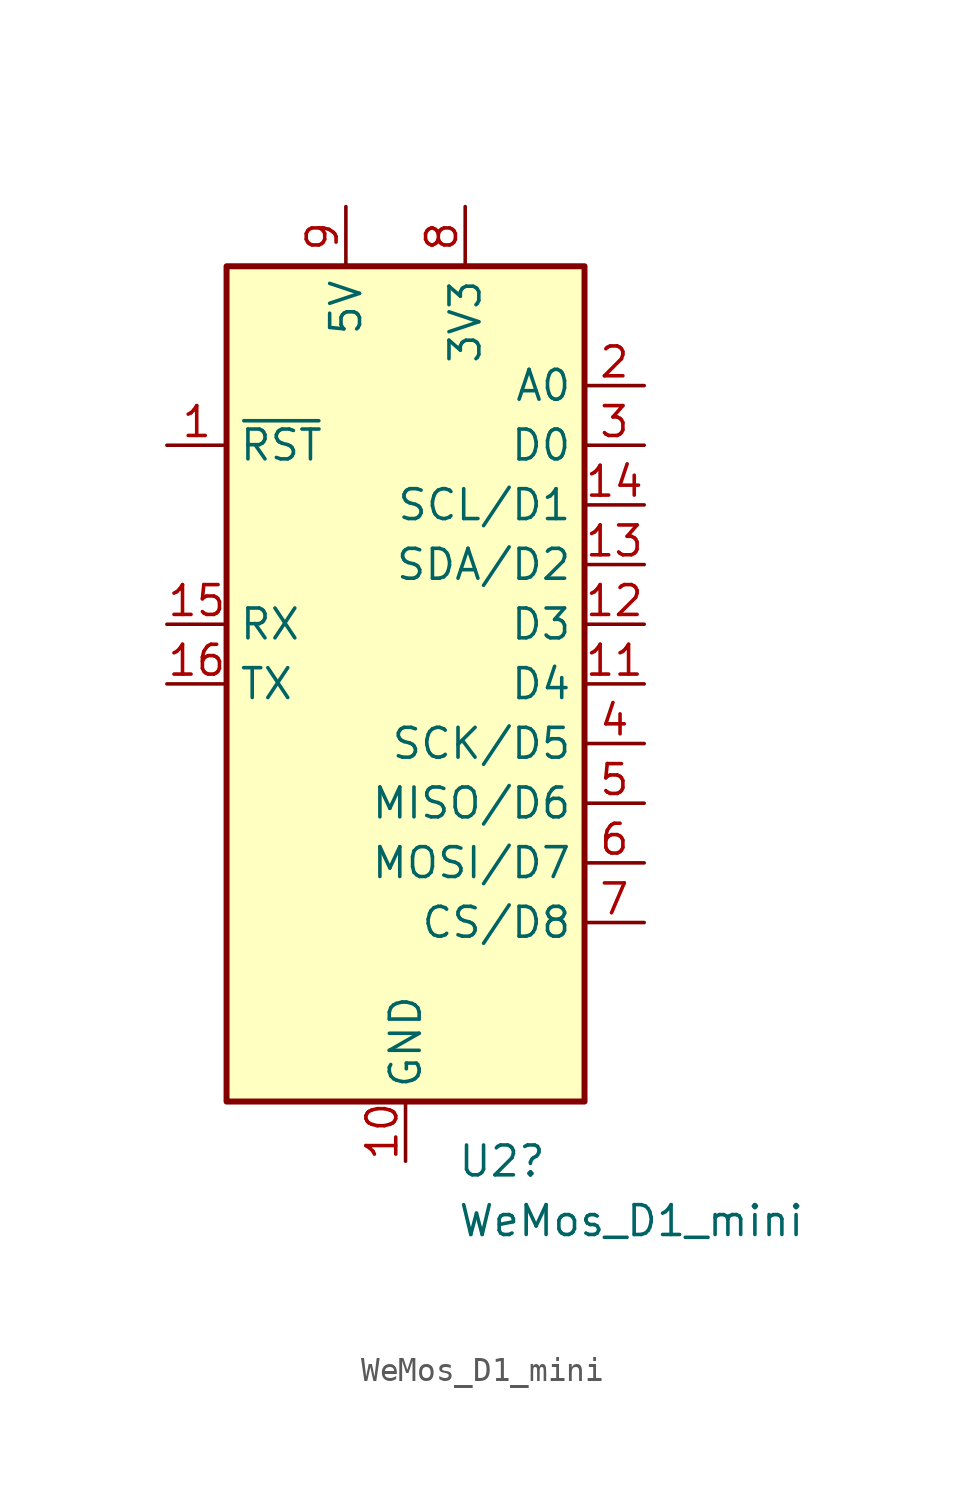
<source format=kicad_sym>
(kicad_symbol_lib
  (version 20220914)
  (generator kicad_symbol_editor)
  (symbol "WeMos_D1_mini"
    (property "Reference" "U2"
      (at 2.194 -20.32 0)
      (effects (font (size 1.27 1.27)) (justify left)))
    (property "Value" "WeMos_D1_mini"
      (at 2.194 -22.86 0)
      (effects (font (size 1.27 1.27)) (justify left)))
    (symbol "WeMos_D1_mini_1_1"
      (rectangle (start -7.62 17.78) (end 7.62 -17.78) (stroke (width 0.254) (type default)) (fill (type background)))
      (pin input line (at -10.16 10.16 0) (length 2.54) (name "~{RST}" (effects (font (size 1.27 1.27)))) (number "1" (effects (font (size 1.27 1.27)))))
      (pin power_in line (at 0 -20.32 90) (length 2.54) (name "GND" (effects (font (size 1.27 1.27)))) (number "10" (effects (font (size 1.27 1.27)))))
      (pin bidirectional line (at 10.16 0 180) (length 2.54) (name "D4" (effects (font (size 1.27 1.27)))) (number "11" (effects (font (size 1.27 1.27)))))
      (pin bidirectional line (at 10.16 2.54 180) (length 2.54) (name "D3" (effects (font (size 1.27 1.27)))) (number "12" (effects (font (size 1.27 1.27)))))
      (pin bidirectional line (at 10.16 5.08 180) (length 2.54) (name "SDA/D2" (effects (font (size 1.27 1.27)))) (number "13" (effects (font (size 1.27 1.27)))))
      (pin bidirectional line (at 10.16 7.62 180) (length 2.54) (name "SCL/D1" (effects (font (size 1.27 1.27)))) (number "14" (effects (font (size 1.27 1.27)))))
      (pin input line (at -10.16 2.54 0) (length 2.54) (name "RX" (effects (font (size 1.27 1.27)))) (number "15" (effects (font (size 1.27 1.27)))))
      (pin output line (at -10.16 0 0) (length 2.54) (name "TX" (effects (font (size 1.27 1.27)))) (number "16" (effects (font (size 1.27 1.27)))))
      (pin input line (at 10.16 12.7 180) (length 2.54) (name "A0" (effects (font (size 1.27 1.27)))) (number "2" (effects (font (size 1.27 1.27)))))
      (pin bidirectional line (at 10.16 10.16 180) (length 2.54) (name "D0" (effects (font (size 1.27 1.27)))) (number "3" (effects (font (size 1.27 1.27)))))
      (pin bidirectional line (at 10.16 -2.54 180) (length 2.54) (name "SCK/D5" (effects (font (size 1.27 1.27)))) (number "4" (effects (font (size 1.27 1.27)))))
      (pin bidirectional line (at 10.16 -5.08 180) (length 2.54) (name "MISO/D6" (effects (font (size 1.27 1.27)))) (number "5" (effects (font (size 1.27 1.27)))))
      (pin bidirectional line (at 10.16 -7.62 180) (length 2.54) (name "MOSI/D7" (effects (font (size 1.27 1.27)))) (number "6" (effects (font (size 1.27 1.27)))))
      (pin bidirectional line (at 10.16 -10.16 180) (length 2.54) (name "CS/D8" (effects (font (size 1.27 1.27)))) (number "7" (effects (font (size 1.27 1.27)))))
      (pin power_in line (at 2.54 20.32 270) (length 2.54) (name "3V3" (effects (font (size 1.27 1.27)))) (number "8" (effects (font (size 1.27 1.27)))))
      (pin power_in line (at -2.54 20.32 270) (length 2.54) (name "5V" (effects (font (size 1.27 1.27)))) (number "9" (effects (font (size 1.27 1.27))))))))
</source>
